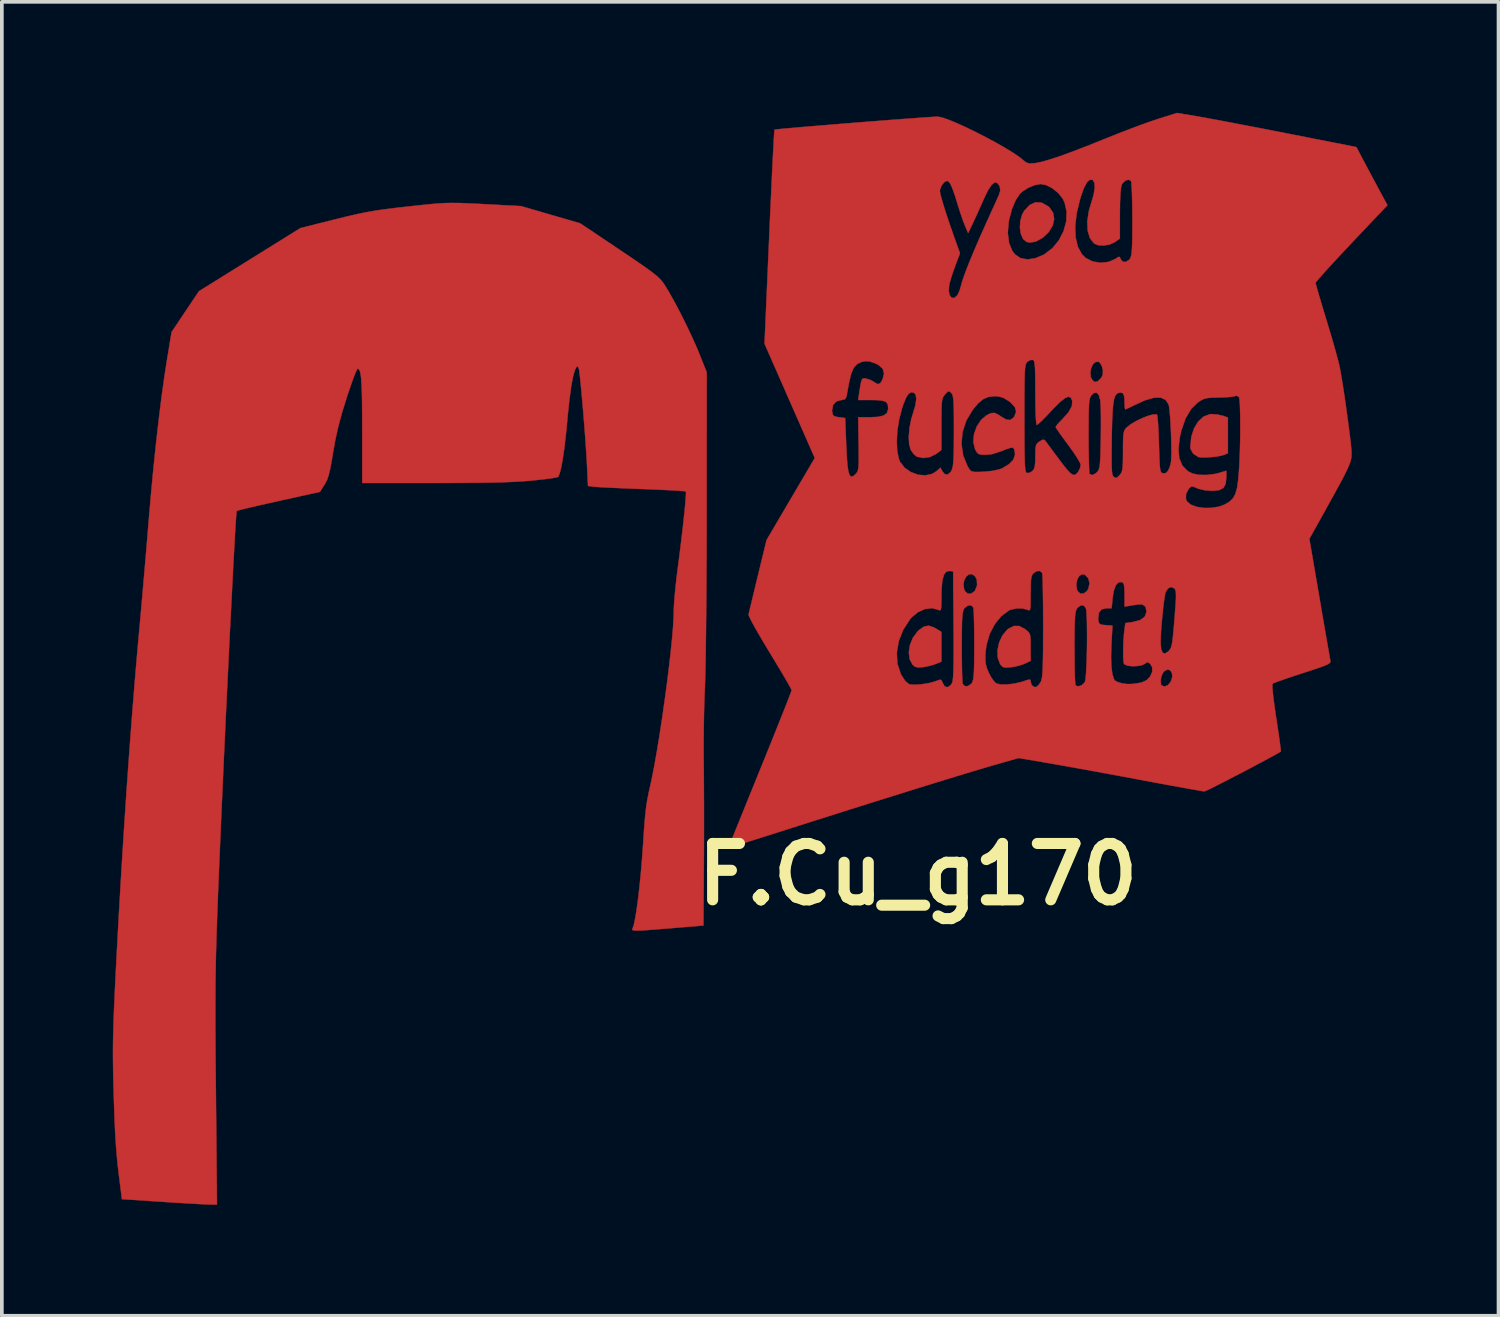
<source format=kicad_pcb>
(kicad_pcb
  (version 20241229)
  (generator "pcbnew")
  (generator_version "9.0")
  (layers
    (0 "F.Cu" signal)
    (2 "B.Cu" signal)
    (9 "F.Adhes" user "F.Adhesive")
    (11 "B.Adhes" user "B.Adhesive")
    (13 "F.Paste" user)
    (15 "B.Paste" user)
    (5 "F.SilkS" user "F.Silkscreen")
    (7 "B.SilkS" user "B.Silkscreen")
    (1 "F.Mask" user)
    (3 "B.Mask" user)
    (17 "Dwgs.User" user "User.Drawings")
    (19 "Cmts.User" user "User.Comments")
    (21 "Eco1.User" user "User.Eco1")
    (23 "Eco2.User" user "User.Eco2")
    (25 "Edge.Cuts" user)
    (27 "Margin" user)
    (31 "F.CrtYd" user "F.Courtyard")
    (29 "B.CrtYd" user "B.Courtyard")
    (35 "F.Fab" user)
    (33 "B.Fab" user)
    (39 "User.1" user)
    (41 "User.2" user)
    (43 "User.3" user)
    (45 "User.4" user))
  (footprint "F.Cu_g170"
    (layer "F.Cu")
    (at 21.773 20.594)
    (property "Reference" "F.Cu_g170" (at 0 0 0) (layer "F.SilkS") (effects (font (size 1.524 1.524) (thickness 0.3))))
    (attr through_hole)
    (fp_poly (pts (xy 0.431 -6.678) (xy 0.492 -6.643) (xy 0.635 -6.555) (xy 0.635 -5.753) (xy 0.482 -5.689) (xy 0.339 -5.643) (xy 0.174 -5.608) (xy 0.133 -5.602) (xy 0.000215 -5.594) (xy -0.083 -5.616) (xy -0.141 -5.665) (xy -0.222 -5.813) (xy -0.246 -5.999) (xy -0.216 -6.201) (xy -0.136 -6.398) (xy -0.01 -6.568) (xy 0.025 -6.602) (xy 0.164 -6.7) (xy 0.291 -6.724) (xy 0.431 -6.678)) (stroke (width 0.01) (type solid)) (fill yes) (layer "F.Cu"))
    (fp_poly (pts (xy 3.347 -18.164) (xy 3.515 -18.069) (xy 3.557 -18.033) (xy 3.657 -17.888) (xy 3.684 -17.719) (xy 3.642 -17.54) (xy 3.534 -17.364) (xy 3.38 -17.219) (xy 3.192 -17.112) (xy 3.024 -17.084) (xy 2.938 -17.103) (xy 2.844 -17.181) (xy 2.784 -17.317) (xy 2.758 -17.487) (xy 2.77 -17.67) (xy 2.819 -17.843) (xy 2.875 -17.945) (xy 3.023 -18.101) (xy 3.181 -18.174) (xy 3.347 -18.164)) (stroke (width 0.01) (type solid)) (fill yes) (layer "F.Cu"))
    (fp_poly (pts (xy 8.097 -12.434) (xy 8.237 -12.403) (xy 8.249 -12.4) (xy 8.382 -12.353) (xy 8.382 -11.386) (xy 8.266 -11.34) (xy 8.154 -11.311) (xy 8 -11.289) (xy 7.835 -11.275) (xy 7.687 -11.273) (xy 7.587 -11.285) (xy 7.578 -11.288) (xy 7.443 -11.378) (xy 7.373 -11.504) (xy 7.366 -11.561) (xy 7.392 -11.824) (xy 7.465 -12.056) (xy 7.578 -12.244) (xy 7.721 -12.376) (xy 7.888 -12.441) (xy 7.947 -12.446) (xy 8.097 -12.434)) (stroke (width 0.01) (type solid)) (fill yes) (layer "F.Cu"))
    (fp_poly (pts (xy 2.738 -6.715) (xy 2.889 -6.636) (xy 2.906 -6.623) (xy 2.974 -6.569) (xy 3.016 -6.517) (xy 3.038 -6.448) (xy 3.046 -6.34) (xy 3.048 -6.171) (xy 3.048 -6.144) (xy 3.048 -5.773) (xy 2.89 -5.698) (xy 2.749 -5.647) (xy 2.579 -5.609) (xy 2.513 -5.6) (xy 2.381 -5.59) (xy 2.304 -5.603) (xy 2.252 -5.646) (xy 2.222 -5.688) (xy 2.159 -5.856) (xy 2.152 -6.057) (xy 2.196 -6.266) (xy 2.285 -6.46) (xy 2.413 -6.614) (xy 2.45 -6.643) (xy 2.598 -6.717) (xy 2.738 -6.715)) (stroke (width 0.01) (type solid)) (fill yes) (layer "F.Cu"))
    (fp_poly (pts (xy -12.392 -18.154) (xy -12.164 -18.145) (xy -11.886 -18.132) (xy -11.726 -18.123) (xy -10.732 -18.07) (xy -9.133 -17.604) (xy -8.069 -16.891) (xy -7.76 -16.683) (xy -7.514 -16.515) (xy -7.321 -16.38) (xy -7.174 -16.271) (xy -7.063 -16.182) (xy -6.981 -16.106) (xy -6.919 -16.037) (xy -6.868 -15.967) (xy -6.858 -15.953) (xy -6.728 -15.739) (xy -6.576 -15.468) (xy -6.414 -15.159) (xy -6.252 -14.834) (xy -6.1 -14.512) (xy -5.968 -14.214) (xy -5.922 -14.103) (xy -5.712 -13.579) (xy -5.713 -9.795) (xy -5.714 -9.202) (xy -5.716 -8.617) (xy -5.719 -8.047) (xy -5.722 -7.501) (xy -5.727 -6.987) (xy -5.732 -6.512) (xy -5.737 -6.086) (xy -5.743 -5.715) (xy -5.75 -5.407) (xy -5.757 -5.172) (xy -5.761 -5.069) (xy -5.774 -4.737) (xy -5.785 -4.349) (xy -5.792 -3.934) (xy -5.795 -3.522) (xy -5.794 -3.141) (xy -5.793 -3.048) (xy -5.79 -2.746) (xy -5.788 -2.377) (xy -5.786 -1.961) (xy -5.786 -1.517) (xy -5.786 -1.063) (xy -5.787 -0.617) (xy -5.789 -0.292) (xy -5.8 1.384) (xy -6.382 1.432) (xy -6.759 1.464) (xy -7.06 1.488) (xy -7.293 1.506) (xy -7.466 1.517) (xy -7.588 1.521) (xy -7.666 1.519) (xy -7.709 1.511) (xy -7.726 1.496) (xy -7.723 1.475) (xy -7.712 1.454) (xy -7.681 1.358) (xy -7.646 1.19) (xy -7.608 0.96) (xy -7.57 0.68) (xy -7.533 0.361) (xy -7.497 0.015) (xy -7.466 -0.348) (xy -7.439 -0.714) (xy -7.43 -0.847) (xy -7.406 -1.222) (xy -7.381 -1.528) (xy -7.354 -1.781) (xy -7.322 -1.996) (xy -7.285 -2.189) (xy -7.263 -2.286) (xy -7.199 -2.575) (xy -7.131 -2.925) (xy -7.06 -3.323) (xy -6.989 -3.757) (xy -6.919 -4.213) (xy -6.852 -4.68) (xy -6.789 -5.145) (xy -6.733 -5.594) (xy -6.685 -6.016) (xy -6.646 -6.399) (xy -6.619 -6.728) (xy -6.605 -6.993) (xy -6.604 -7.083) (xy -6.598 -7.252) (xy -6.582 -7.482) (xy -6.557 -7.75) (xy -6.526 -8.032) (xy -6.501 -8.227) (xy -6.452 -8.604) (xy -6.407 -8.968) (xy -6.366 -9.309) (xy -6.332 -9.618) (xy -6.304 -9.885) (xy -6.285 -10.101) (xy -6.274 -10.257) (xy -6.273 -10.342) (xy -6.276 -10.355) (xy -6.323 -10.362) (xy -6.443 -10.372) (xy -6.625 -10.383) (xy -6.859 -10.395) (xy -7.132 -10.407) (xy -7.433 -10.419) (xy -7.436 -10.419) (xy -7.747 -10.431) (xy -8.04 -10.443) (xy -8.3 -10.455) (xy -8.514 -10.465) (xy -8.668 -10.475) (xy -8.747 -10.481) (xy -8.922 -10.502) (xy -8.951 -11.104) (xy -8.963 -11.316) (xy -8.98 -11.573) (xy -9 -11.861) (xy -9.024 -12.167) (xy -9.049 -12.478) (xy -9.075 -12.779) (xy -9.1 -13.058) (xy -9.123 -13.302) (xy -9.144 -13.495) (xy -9.16 -13.626) (xy -9.168 -13.669) (xy -9.197 -13.732) (xy -9.226 -13.733) (xy -9.279 -13.633) (xy -9.33 -13.449) (xy -9.379 -13.181) (xy -9.426 -12.829) (xy -9.472 -12.394) (xy -9.482 -12.277) (xy -9.521 -11.879) (xy -9.562 -11.528) (xy -9.605 -11.233) (xy -9.648 -10.999) (xy -9.69 -10.835) (xy -9.73 -10.748) (xy -9.732 -10.745) (xy -9.781 -10.732) (xy -9.899 -10.712) (xy -10.072 -10.689) (xy -10.285 -10.665) (xy -10.432 -10.65) (xy -10.642 -10.632) (xy -10.877 -10.617) (xy -11.146 -10.605) (xy -11.458 -10.596) (xy -11.822 -10.59) (xy -12.248 -10.586) (xy -12.744 -10.584) (xy -13.067 -10.583) (xy -15.028 -10.583) (xy -15.028 -12.02) (xy -15.029 -12.448) (xy -15.032 -12.798) (xy -15.038 -13.077) (xy -15.048 -13.293) (xy -15.061 -13.454) (xy -15.078 -13.564) (xy -15.101 -13.633) (xy -15.128 -13.667) (xy -15.153 -13.674) (xy -15.178 -13.635) (xy -15.224 -13.528) (xy -15.286 -13.365) (xy -15.359 -13.157) (xy -15.439 -12.918) (xy -15.451 -12.88) (xy -15.577 -12.474) (xy -15.674 -12.115) (xy -15.751 -11.772) (xy -15.815 -11.415) (xy -15.816 -11.409) (xy -15.861 -11.139) (xy -15.9 -10.937) (xy -15.937 -10.788) (xy -15.976 -10.674) (xy -16.022 -10.581) (xy -16.048 -10.537) (xy -16.171 -10.343) (xy -17.283 -10.098) (xy -17.578 -10.032) (xy -17.846 -9.971) (xy -18.076 -9.918) (xy -18.256 -9.874) (xy -18.375 -9.843) (xy -18.423 -9.827) (xy -18.423 -9.827) (xy -18.429 -9.781) (xy -18.439 -9.657) (xy -18.452 -9.46) (xy -18.468 -9.195) (xy -18.486 -8.87) (xy -18.507 -8.488) (xy -18.53 -8.057) (xy -18.554 -7.582) (xy -18.58 -7.069) (xy -18.608 -6.524) (xy -18.636 -5.952) (xy -18.664 -5.36) (xy -18.694 -4.753) (xy -18.723 -4.136) (xy -18.752 -3.517) (xy -18.78 -2.9) (xy -18.807 -2.292) (xy -18.834 -1.697) (xy -18.859 -1.123) (xy -18.882 -0.574) (xy -18.904 -0.058) (xy -18.923 0.422) (xy -18.926 0.487) (xy -18.944 0.955) (xy -18.959 1.379) (xy -18.972 1.768) (xy -18.982 2.136) (xy -18.989 2.492) (xy -18.995 2.849) (xy -18.998 3.219) (xy -18.999 3.612) (xy -18.999 4.04) (xy -18.997 4.515) (xy -18.993 5.048) (xy -18.987 5.651) (xy -18.985 5.853) (xy -18.956 8.932) (xy -19.204 8.927) (xy -19.317 8.922) (xy -19.499 8.913) (xy -19.734 8.899) (xy -20.008 8.883) (xy -20.306 8.864) (xy -20.489 8.852) (xy -21.526 8.784) (xy -21.619 8.043) (xy -21.654 7.731) (xy -21.683 7.387) (xy -21.708 6.999) (xy -21.728 6.555) (xy -21.745 6.041) (xy -21.75 5.884) (xy -21.758 5.558) (xy -21.764 5.267) (xy -21.767 4.999) (xy -21.768 4.741) (xy -21.765 4.484) (xy -21.759 4.214) (xy -21.75 3.92) (xy -21.737 3.591) (xy -21.72 3.214) (xy -21.699 2.778) (xy -21.673 2.272) (xy -21.668 2.18) (xy -21.608 1.071) (xy -21.543 -0.044) (xy -21.474 -1.152) (xy -21.402 -2.241) (xy -21.327 -3.298) (xy -21.251 -4.31) (xy -21.174 -5.266) (xy -21.098 -6.153) (xy -21.08 -6.344) (xy -21.039 -6.797) (xy -20.996 -7.278) (xy -20.953 -7.771) (xy -20.911 -8.255) (xy -20.872 -8.713) (xy -20.837 -9.124) (xy -20.809 -9.472) (xy -20.807 -9.492) (xy -20.746 -10.214) (xy -20.679 -10.928) (xy -20.607 -11.621) (xy -20.532 -12.281) (xy -20.456 -12.894) (xy -20.38 -13.446) (xy -20.315 -13.862) (xy -20.183 -14.665) (xy -19.813 -15.217) (xy -19.443 -15.769) (xy -18.072 -16.622) (xy -16.701 -17.475) (xy -15.769 -17.71) (xy -15.444 -17.79) (xy -15.165 -17.854) (xy -14.912 -17.906) (xy -14.659 -17.95) (xy -14.386 -17.989) (xy -14.069 -18.028) (xy -13.78 -18.06) (xy -13.45 -18.096) (xy -13.186 -18.123) (xy -12.967 -18.142) (xy -12.774 -18.153) (xy -12.589 -18.156) (xy -12.392 -18.154)) (stroke (width 0.01) (type solid)) (fill yes) (layer "F.Cu"))
    (fp_poly (pts (xy 7.556 -20.497) (xy 7.716 -20.469) (xy 7.947 -20.426) (xy 8.238 -20.372) (xy 8.576 -20.308) (xy 8.949 -20.236) (xy 9.347 -20.16) (xy 9.756 -20.08) (xy 9.981 -20.036) (xy 11.856 -19.667) (xy 12.115 -19.179) (xy 12.231 -18.96) (xy 12.351 -18.736) (xy 12.459 -18.534) (xy 12.535 -18.393) (xy 12.697 -18.096) (xy 11.725 -17.069) (xy 11.493 -16.822) (xy 11.281 -16.594) (xy 11.095 -16.393) (xy 10.943 -16.224) (xy 10.832 -16.097) (xy 10.767 -16.018) (xy 10.753 -15.996) (xy 10.765 -15.944) (xy 10.798 -15.823) (xy 10.85 -15.645) (xy 10.917 -15.421) (xy 10.994 -15.162) (xy 11.053 -14.971) (xy 11.141 -14.677) (xy 11.225 -14.393) (xy 11.298 -14.133) (xy 11.357 -13.914) (xy 11.398 -13.751) (xy 11.41 -13.694) (xy 11.445 -13.497) (xy 11.485 -13.253) (xy 11.528 -12.976) (xy 11.571 -12.681) (xy 11.612 -12.383) (xy 11.65 -12.097) (xy 11.683 -11.838) (xy 11.708 -11.621) (xy 11.723 -11.461) (xy 11.726 -11.388) (xy 11.724 -11.312) (xy 11.715 -11.238) (xy 11.694 -11.156) (xy 11.657 -11.057) (xy 11.601 -10.932) (xy 11.522 -10.773) (xy 11.415 -10.57) (xy 11.275 -10.315) (xy 11.1 -9.998) (xy 11.023 -9.859) (xy 10.585 -9.072) (xy 10.86 -7.468) (xy 10.921 -7.107) (xy 10.98 -6.769) (xy 11.032 -6.466) (xy 11.077 -6.205) (xy 11.114 -5.998) (xy 11.14 -5.853) (xy 11.153 -5.78) (xy 11.154 -5.776) (xy 11.155 -5.743) (xy 11.134 -5.713) (xy 11.082 -5.679) (xy 10.988 -5.638) (xy 10.842 -5.585) (xy 10.634 -5.515) (xy 10.402 -5.44) (xy 10.159 -5.361) (xy 9.944 -5.288) (xy 9.768 -5.227) (xy 9.647 -5.182) (xy 9.592 -5.158) (xy 9.591 -5.158) (xy 9.584 -5.104) (xy 9.591 -4.975) (xy 9.612 -4.778) (xy 9.646 -4.519) (xy 9.689 -4.229) (xy 9.729 -3.965) (xy 9.763 -3.731) (xy 9.79 -3.539) (xy 9.807 -3.401) (xy 9.814 -3.33) (xy 9.813 -3.323) (xy 9.761 -3.29) (xy 9.647 -3.225) (xy 9.483 -3.136) (xy 9.282 -3.028) (xy 9.055 -2.907) (xy 8.814 -2.78) (xy 8.571 -2.654) (xy 8.339 -2.534) (xy 8.13 -2.427) (xy 7.955 -2.339) (xy 7.826 -2.277) (xy 7.756 -2.246) (xy 7.748 -2.244) (xy 7.692 -2.251) (xy 7.562 -2.273) (xy 7.368 -2.307) (xy 7.118 -2.352) (xy 6.822 -2.406) (xy 6.489 -2.467) (xy 6.127 -2.535) (xy 5.987 -2.561) (xy 5.581 -2.637) (xy 5.167 -2.713) (xy 4.761 -2.788) (xy 4.377 -2.858) (xy 4.031 -2.92) (xy 3.738 -2.972) (xy 3.512 -3.011) (xy 3.51 -3.012) (xy 2.723 -3.145) (xy 2.1 -2.968) (xy 1.811 -2.883) (xy 1.447 -2.775) (xy 1.013 -2.643) (xy 0.515 -2.49) (xy -0.041 -2.318) (xy -0.649 -2.128) (xy -1.305 -1.923) (xy -2.003 -1.703) (xy -2.737 -1.47) (xy -2.857 -1.432) (xy -3.344 -1.277) (xy -3.756 -1.146) (xy -4.1 -1.037) (xy -4.381 -0.948) (xy -4.606 -0.877) (xy -4.78 -0.822) (xy -4.91 -0.781) (xy -5.002 -0.752) (xy -5.062 -0.734) (xy -5.096 -0.724) (xy -5.11 -0.72) (xy -5.111 -0.72) (xy -5.105 -0.754) (xy -5.078 -0.831) (xy -5.054 -0.891) (xy -5.002 -1.021) (xy -4.924 -1.215) (xy -4.823 -1.463) (xy -4.704 -1.757) (xy -4.569 -2.091) (xy -4.421 -2.455) (xy -4.264 -2.843) (xy -4.225 -2.937) (xy -4.068 -3.326) (xy -3.92 -3.692) (xy -3.786 -4.027) (xy -3.668 -4.323) (xy -3.568 -4.574) (xy -3.492 -4.771) (xy -3.44 -4.906) (xy -3.416 -4.973) (xy -3.415 -4.979) (xy -3.436 -5.026) (xy -3.496 -5.136) (xy -3.589 -5.297) (xy -3.709 -5.501) (xy -3.851 -5.737) (xy -4.004 -5.99) (xy -4.006 -5.992) (xy -0.572 -5.992) (xy -0.554 -5.693) (xy -0.462 -5.417) (xy -0.445 -5.384) (xy -0.34 -5.226) (xy -0.243 -5.144) (xy -0.222 -5.137) (xy -0.094 -5.126) (xy 0.081 -5.137) (xy 0.269 -5.165) (xy 0.436 -5.207) (xy 0.488 -5.226) (xy 0.584 -5.261) (xy 0.63 -5.256) (xy 0.656 -5.205) (xy 0.66 -5.193) (xy 0.72 -5.086) (xy 0.798 -5.058) (xy 0.881 -5.11) (xy 0.926 -5.177) (xy 0.941 -5.234) (xy 0.952 -5.348) (xy 0.96 -5.523) (xy 0.965 -5.764) (xy 0.967 -6.077) (xy 0.967 -6.154) (xy 1.185 -6.154) (xy 1.186 -5.877) (xy 1.19 -5.626) (xy 1.194 -5.415) (xy 1.201 -5.256) (xy 1.208 -5.163) (xy 1.211 -5.147) (xy 1.269 -5.089) (xy 1.354 -5.091) (xy 1.441 -5.152) (xy 1.458 -5.174) (xy 1.48 -5.218) (xy 1.497 -5.287) (xy 1.509 -5.39) (xy 1.517 -5.539) (xy 1.522 -5.745) (xy 1.522 -5.822) (xy 1.823 -5.822) (xy 1.834 -5.687) (xy 1.867 -5.566) (xy 1.917 -5.448) (xy 1.99 -5.313) (xy 2.069 -5.207) (xy 2.12 -5.163) (xy 2.233 -5.135) (xy 2.401 -5.133) (xy 2.596 -5.156) (xy 2.794 -5.201) (xy 2.868 -5.225) (xy 2.979 -5.261) (xy 3.031 -5.265) (xy 3.047 -5.236) (xy 3.048 -5.214) (xy 3.076 -5.118) (xy 3.144 -5.065) (xy 3.203 -5.067) (xy 3.264 -5.119) (xy 3.325 -5.21) (xy 3.342 -5.258) (xy 3.357 -5.332) (xy 3.367 -5.441) (xy 3.376 -5.593) (xy 3.381 -5.797) (xy 3.385 -6.062) (xy 3.385 -6.115) (xy 4.233 -6.115) (xy 4.235 -5.835) (xy 4.238 -5.584) (xy 4.243 -5.374) (xy 4.25 -5.216) (xy 4.258 -5.125) (xy 4.263 -5.106) (xy 4.339 -5.083) (xy 4.431 -5.115) (xy 4.508 -5.19) (xy 4.517 -5.207) (xy 4.532 -5.278) (xy 4.545 -5.419) (xy 4.556 -5.612) (xy 4.565 -5.843) (xy 4.571 -6.097) (xy 4.574 -6.357) (xy 4.573 -6.607) (xy 4.57 -6.832) (xy 4.567 -6.914) (xy 4.874 -6.914) (xy 4.876 -6.888) (xy 4.891 -6.803) (xy 4.931 -6.761) (xy 5.02 -6.743) (xy 5.075 -6.739) (xy 5.26 -6.726) (xy 5.232 -6.21) (xy 5.223 -5.893) (xy 5.231 -5.627) (xy 5.257 -5.42) (xy 5.299 -5.282) (xy 5.327 -5.239) (xy 5.396 -5.202) (xy 5.508 -5.168) (xy 5.533 -5.163) (xy 5.656 -5.146) (xy 5.781 -5.147) (xy 5.941 -5.168) (xy 6.049 -5.188) (xy 6.139 -5.228) (xy 6.562 -5.228) (xy 6.575 -5.131) (xy 6.59 -5.108) (xy 6.67 -5.078) (xy 6.761 -5.115) (xy 6.839 -5.212) (xy 6.84 -5.213) (xy 6.879 -5.339) (xy 6.869 -5.445) (xy 6.822 -5.517) (xy 6.751 -5.54) (xy 6.669 -5.499) (xy 6.628 -5.452) (xy 6.581 -5.347) (xy 6.562 -5.228) (xy 6.139 -5.228) (xy 6.181 -5.246) (xy 6.279 -5.348) (xy 6.335 -5.473) (xy 6.336 -5.597) (xy 6.285 -5.689) (xy 6.223 -5.737) (xy 6.171 -5.721) (xy 6.141 -5.696) (xy 6.054 -5.654) (xy 5.927 -5.632) (xy 5.787 -5.628) (xy 5.664 -5.644) (xy 5.584 -5.68) (xy 5.571 -5.697) (xy 5.557 -5.781) (xy 5.551 -5.926) (xy 5.551 -6.108) (xy 5.557 -6.279) (xy 6.561 -6.279) (xy 6.575 -6.099) (xy 6.615 -5.994) (xy 6.679 -5.969) (xy 6.766 -6.023) (xy 6.787 -6.046) (xy 6.818 -6.085) (xy 6.843 -6.132) (xy 6.863 -6.2) (xy 6.881 -6.3) (xy 6.898 -6.445) (xy 6.917 -6.647) (xy 6.939 -6.917) (xy 6.947 -7.019) (xy 6.966 -7.271) (xy 6.977 -7.453) (xy 6.978 -7.576) (xy 6.971 -7.656) (xy 6.955 -7.705) (xy 6.936 -7.73) (xy 6.849 -7.771) (xy 6.765 -7.736) (xy 6.699 -7.631) (xy 6.697 -7.628) (xy 6.678 -7.542) (xy 6.655 -7.391) (xy 6.631 -7.195) (xy 6.608 -6.974) (xy 6.587 -6.748) (xy 6.572 -6.536) (xy 6.563 -6.358) (xy 6.561 -6.279) (xy 5.557 -6.279) (xy 5.558 -6.303) (xy 5.571 -6.488) (xy 5.581 -6.582) (xy 5.609 -6.794) (xy 5.814 -6.823) (xy 6.01 -6.875) (xy 6.133 -6.966) (xy 6.18 -7.093) (xy 6.181 -7.11) (xy 6.154 -7.237) (xy 6.072 -7.298) (xy 5.963 -7.3) (xy 5.825 -7.279) (xy 5.715 -7.261) (xy 5.588 -7.241) (xy 5.588 -7.559) (xy 5.584 -7.732) (xy 5.57 -7.837) (xy 5.542 -7.89) (xy 5.523 -7.902) (xy 5.429 -7.9) (xy 5.352 -7.82) (xy 5.296 -7.667) (xy 5.267 -7.488) (xy 5.238 -7.197) (xy 5.097 -7.197) (xy 4.966 -7.165) (xy 4.892 -7.071) (xy 4.874 -6.914) (xy 4.567 -6.914) (xy 4.563 -7.017) (xy 4.553 -7.146) (xy 4.545 -7.186) (xy 4.493 -7.264) (xy 4.412 -7.275) (xy 4.324 -7.218) (xy 4.299 -7.187) (xy 4.278 -7.144) (xy 4.261 -7.077) (xy 4.249 -6.976) (xy 4.241 -6.83) (xy 4.236 -6.628) (xy 4.234 -6.36) (xy 4.233 -6.115) (xy 3.385 -6.115) (xy 3.386 -6.396) (xy 3.387 -6.704) (xy 3.386 -7.039) (xy 3.384 -7.349) (xy 3.38 -7.623) (xy 3.376 -7.847) (xy 4.283 -7.847) (xy 4.296 -7.72) (xy 4.321 -7.657) (xy 4.392 -7.592) (xy 4.483 -7.595) (xy 4.571 -7.661) (xy 4.609 -7.722) (xy 4.642 -7.871) (xy 4.606 -8.009) (xy 4.516 -8.102) (xy 4.433 -8.116) (xy 4.36 -8.065) (xy 4.307 -7.969) (xy 4.283 -7.847) (xy 3.376 -7.847) (xy 3.376 -7.85) (xy 3.371 -8.02) (xy 3.365 -8.122) (xy 3.361 -8.146) (xy 3.303 -8.205) (xy 3.211 -8.198) (xy 3.125 -8.143) (xy 3.091 -8.1) (xy 3.069 -8.037) (xy 3.055 -7.936) (xy 3.049 -7.782) (xy 3.048 -7.591) (xy 3.047 -7.384) (xy 3.044 -7.249) (xy 3.034 -7.172) (xy 3.017 -7.14) (xy 2.99 -7.142) (xy 2.966 -7.153) (xy 2.829 -7.19) (xy 2.66 -7.19) (xy 2.502 -7.154) (xy 2.464 -7.137) (xy 2.254 -6.982) (xy 2.076 -6.763) (xy 1.939 -6.497) (xy 1.853 -6.2) (xy 1.829 -6.005) (xy 1.823 -5.822) (xy 1.522 -5.822) (xy 1.524 -6.019) (xy 1.524 -6.208) (xy 1.523 -6.485) (xy 1.52 -6.735) (xy 1.515 -6.946) (xy 1.509 -7.105) (xy 1.502 -7.198) (xy 1.498 -7.214) (xy 1.441 -7.273) (xy 1.355 -7.27) (xy 1.268 -7.209) (xy 1.251 -7.187) (xy 1.229 -7.143) (xy 1.212 -7.075) (xy 1.2 -6.971) (xy 1.192 -6.822) (xy 1.188 -6.616) (xy 1.186 -6.343) (xy 1.185 -6.154) (xy 0.967 -6.154) (xy 0.966 -6.466) (xy 0.964 -6.731) (xy 0.955 -7.84) (xy 1.231 -7.84) (xy 1.249 -7.712) (xy 1.271 -7.66) (xy 1.347 -7.589) (xy 1.442 -7.59) (xy 1.534 -7.66) (xy 1.543 -7.672) (xy 1.6 -7.814) (xy 1.593 -7.963) (xy 1.55 -8.054) (xy 1.467 -8.118) (xy 1.383 -8.114) (xy 1.308 -8.056) (xy 1.254 -7.959) (xy 1.231 -7.84) (xy 0.955 -7.84) (xy 0.953 -8.191) (xy 0.86 -8.205) (xy 0.77 -8.187) (xy 0.704 -8.103) (xy 0.66 -7.947) (xy 0.639 -7.715) (xy 0.635 -7.536) (xy 0.634 -7.343) (xy 0.63 -7.222) (xy 0.619 -7.158) (xy 0.598 -7.137) (xy 0.565 -7.147) (xy 0.553 -7.153) (xy 0.384 -7.198) (xy 0.194 -7.176) (xy 0.004 -7.091) (xy -0.167 -6.952) (xy -0.213 -6.899) (xy -0.4 -6.609) (xy -0.52 -6.302) (xy -0.572 -5.992) (xy -4.006 -5.992) (xy -4.16 -6.249) (xy -4.3 -6.487) (xy -4.418 -6.693) (xy -4.507 -6.858) (xy -4.563 -6.972) (xy -4.58 -7.022) (xy -4.566 -7.082) (xy -4.536 -7.211) (xy -4.491 -7.397) (xy -4.435 -7.629) (xy -4.372 -7.893) (xy -4.33 -8.065) (xy -4.094 -9.038) (xy -3.442 -10.148) (xy -2.789 -11.258) (xy -3.356 -12.548) (xy -2.322 -12.548) (xy -2.321 -12.524) (xy -2.304 -12.432) (xy -2.26 -12.386) (xy -2.162 -12.364) (xy -2.138 -12.361) (xy -1.968 -12.34) (xy -1.939 -11.607) (xy -1.924 -11.291) (xy -1.905 -11.055) (xy -1.88 -10.89) (xy -1.846 -10.792) (xy -1.803 -10.754) (xy -1.747 -10.769) (xy -1.677 -10.833) (xy -1.67 -10.839) (xy -1.642 -10.878) (xy -1.621 -10.931) (xy -1.608 -11.009) (xy -1.601 -11.128) (xy -1.6 -11.3) (xy -1.602 -11.538) (xy -1.603 -11.644) (xy -1.605 -11.717) (xy -0.573 -11.717) (xy -0.561 -11.456) (xy -0.519 -11.243) (xy -0.483 -11.155) (xy -0.36 -10.995) (xy -0.191 -10.877) (xy 0.003 -10.806) (xy 0.202 -10.789) (xy 0.385 -10.829) (xy 0.494 -10.896) (xy 0.611 -10.997) (xy 0.656 -10.907) (xy 0.729 -10.819) (xy 0.811 -10.813) (xy 0.89 -10.887) (xy 0.908 -10.917) (xy 0.93 -10.974) (xy 0.947 -11.056) (xy 0.959 -11.173) (xy 0.967 -11.337) (xy 0.972 -11.558) (xy 0.972 -11.639) (xy 1.178 -11.639) (xy 1.223 -11.326) (xy 1.343 -11.034) (xy 1.382 -10.97) (xy 1.42 -10.92) (xy 1.468 -10.892) (xy 1.545 -10.881) (xy 1.673 -10.882) (xy 1.793 -10.888) (xy 2.026 -10.912) (xy 2.211 -10.953) (xy 2.286 -10.983) (xy 2.47 -11.096) (xy 2.579 -11.211) (xy 2.623 -11.34) (xy 2.625 -11.375) (xy 2.61 -11.478) (xy 2.573 -11.537) (xy 2.569 -11.539) (xy 2.503 -11.533) (xy 2.389 -11.498) (xy 2.283 -11.453) (xy 2.007 -11.363) (xy 1.836 -11.346) (xy 1.706 -11.349) (xy 1.631 -11.372) (xy 1.582 -11.427) (xy 1.545 -11.499) (xy 1.499 -11.687) (xy 1.516 -11.897) (xy 1.588 -12.104) (xy 1.706 -12.286) (xy 1.845 -12.406) (xy 1.97 -12.47) (xy 2.069 -12.479) (xy 2.176 -12.43) (xy 2.244 -12.383) (xy 2.385 -12.299) (xy 2.492 -12.286) (xy 2.561 -12.332) (xy 2.879 -12.332) (xy 2.879 -11.938) (xy 2.88 -11.62) (xy 2.883 -11.371) (xy 2.888 -11.182) (xy 2.894 -11.044) (xy 2.903 -10.951) (xy 2.915 -10.893) (xy 2.93 -10.862) (xy 2.944 -10.852) (xy 3.021 -10.859) (xy 3.092 -10.902) (xy 3.136 -10.956) (xy 3.161 -11.035) (xy 3.173 -11.159) (xy 3.175 -11.305) (xy 3.177 -11.472) (xy 3.187 -11.576) (xy 3.212 -11.64) (xy 3.257 -11.684) (xy 3.288 -11.706) (xy 3.372 -11.752) (xy 3.421 -11.747) (xy 3.447 -11.72) (xy 3.491 -11.661) (xy 3.571 -11.553) (xy 3.675 -11.412) (xy 3.742 -11.323) (xy 3.905 -11.104) (xy 4.029 -10.949) (xy 4.122 -10.851) (xy 4.191 -10.803) (xy 4.247 -10.801) (xy 4.296 -10.837) (xy 4.337 -10.889) (xy 4.388 -10.994) (xy 4.403 -11.073) (xy 4.378 -11.139) (xy 4.311 -11.256) (xy 4.211 -11.409) (xy 4.088 -11.581) (xy 4.064 -11.613) (xy 3.939 -11.782) (xy 3.886 -11.856) (xy 4.614 -11.856) (xy 4.615 -11.572) (xy 4.619 -11.317) (xy 4.624 -11.103) (xy 4.63 -10.942) (xy 4.637 -10.845) (xy 4.643 -10.823) (xy 4.72 -10.797) (xy 4.816 -10.849) (xy 4.851 -10.884) (xy 4.879 -10.922) (xy 4.9 -10.974) (xy 4.916 -11.053) (xy 4.927 -11.17) (xy 4.929 -11.199) (xy 5.237 -11.199) (xy 5.24 -11.021) (xy 5.246 -10.898) (xy 5.257 -10.818) (xy 5.273 -10.772) (xy 5.292 -10.752) (xy 5.345 -10.72) (xy 5.38 -10.724) (xy 5.432 -10.773) (xy 5.459 -10.803) (xy 5.495 -10.849) (xy 5.52 -10.908) (xy 5.535 -10.995) (xy 5.543 -11.127) (xy 5.545 -11.319) (xy 5.546 -11.44) (xy 5.547 -11.665) (xy 5.551 -11.822) (xy 5.561 -11.927) (xy 5.58 -11.996) (xy 5.61 -12.045) (xy 5.646 -12.084) (xy 5.752 -12.169) (xy 5.896 -12.255) (xy 6.057 -12.333) (xy 6.215 -12.396) (xy 6.35 -12.434) (xy 6.442 -12.44) (xy 6.466 -12.429) (xy 6.476 -12.379) (xy 6.488 -12.258) (xy 6.5 -12.081) (xy 6.51 -11.861) (xy 6.518 -11.629) (xy 6.526 -11.356) (xy 6.534 -11.157) (xy 6.543 -11.019) (xy 6.555 -10.93) (xy 6.571 -10.88) (xy 6.594 -10.856) (xy 6.625 -10.847) (xy 6.637 -10.845) (xy 6.708 -10.853) (xy 6.762 -10.913) (xy 6.801 -10.993) (xy 6.826 -11.067) (xy 6.844 -11.157) (xy 6.853 -11.278) (xy 6.856 -11.443) (xy 6.854 -11.517) (xy 7.045 -11.517) (xy 7.067 -11.255) (xy 7.152 -11.05) (xy 7.298 -10.903) (xy 7.422 -10.84) (xy 7.598 -10.803) (xy 7.816 -10.8) (xy 8.043 -10.829) (xy 8.142 -10.854) (xy 8.34 -10.914) (xy 8.34 -10.737) (xy 8.322 -10.561) (xy 8.262 -10.45) (xy 8.148 -10.39) (xy 7.966 -10.372) (xy 7.952 -10.372) (xy 7.757 -10.386) (xy 7.589 -10.426) (xy 7.546 -10.443) (xy 7.447 -10.486) (xy 7.389 -10.487) (xy 7.339 -10.443) (xy 7.318 -10.417) (xy 7.251 -10.286) (xy 7.247 -10.152) (xy 7.272 -10.088) (xy 7.374 -9.999) (xy 7.535 -9.938) (xy 7.732 -9.908) (xy 7.944 -9.91) (xy 8.15 -9.945) (xy 8.298 -10.001) (xy 8.424 -10.076) (xy 8.517 -10.165) (xy 8.583 -10.283) (xy 8.629 -10.443) (xy 8.661 -10.662) (xy 8.68 -10.889) (xy 8.695 -11.127) (xy 8.705 -11.394) (xy 8.713 -11.675) (xy 8.717 -11.957) (xy 8.717 -12.227) (xy 8.714 -12.47) (xy 8.708 -12.672) (xy 8.698 -12.82) (xy 8.685 -12.901) (xy 8.682 -12.907) (xy 8.617 -12.944) (xy 8.566 -12.931) (xy 8.489 -12.915) (xy 8.353 -12.902) (xy 8.182 -12.895) (xy 8.121 -12.894) (xy 7.937 -12.89) (xy 7.812 -12.877) (xy 7.718 -12.85) (xy 7.629 -12.801) (xy 7.572 -12.762) (xy 7.387 -12.582) (xy 7.236 -12.326) (xy 7.122 -11.998) (xy 7.085 -11.836) (xy 7.045 -11.517) (xy 6.854 -11.517) (xy 6.852 -11.668) (xy 6.846 -11.874) (xy 6.836 -12.122) (xy 6.822 -12.346) (xy 6.806 -12.532) (xy 6.789 -12.662) (xy 6.778 -12.711) (xy 6.695 -12.833) (xy 6.564 -12.893) (xy 6.383 -12.889) (xy 6.149 -12.822) (xy 5.872 -12.697) (xy 5.744 -12.634) (xy 5.648 -12.589) (xy 5.608 -12.573) (xy 5.596 -12.611) (xy 5.589 -12.708) (xy 5.588 -12.782) (xy 5.578 -12.933) (xy 5.542 -13.013) (xy 5.473 -13.03) (xy 5.421 -13.018) (xy 5.372 -12.991) (xy 5.333 -12.936) (xy 5.303 -12.846) (xy 5.281 -12.712) (xy 5.264 -12.524) (xy 5.252 -12.274) (xy 5.244 -11.952) (xy 5.241 -11.757) (xy 5.238 -11.44) (xy 5.237 -11.199) (xy 4.929 -11.199) (xy 4.935 -11.337) (xy 4.941 -11.567) (xy 4.946 -11.804) (xy 4.949 -12.074) (xy 4.949 -12.327) (xy 4.946 -12.547) (xy 4.94 -12.715) (xy 4.932 -12.817) (xy 4.932 -12.818) (xy 4.893 -12.96) (xy 4.831 -13.027) (xy 4.754 -13.014) (xy 4.692 -12.956) (xy 4.668 -12.919) (xy 4.649 -12.87) (xy 4.635 -12.797) (xy 4.625 -12.69) (xy 4.619 -12.538) (xy 4.616 -12.33) (xy 4.614 -12.054) (xy 4.614 -11.856) (xy 3.886 -11.856) (xy 3.834 -11.927) (xy 3.76 -12.035) (xy 3.726 -12.093) (xy 3.725 -12.098) (xy 3.753 -12.144) (xy 3.826 -12.227) (xy 3.898 -12.3) (xy 4.071 -12.493) (xy 4.163 -12.662) (xy 4.174 -12.805) (xy 4.172 -12.81) (xy 4.134 -12.892) (xy 4.071 -12.916) (xy 3.978 -12.879) (xy 3.85 -12.778) (xy 3.681 -12.611) (xy 3.605 -12.531) (xy 3.467 -12.384) (xy 3.348 -12.264) (xy 3.26 -12.182) (xy 3.215 -12.15) (xy 3.214 -12.15) (xy 3.202 -12.19) (xy 3.191 -12.306) (xy 3.182 -12.486) (xy 3.177 -12.722) (xy 3.175 -13.003) (xy 3.175 -13.019) (xy 3.174 -13.316) (xy 3.171 -13.54) (xy 3.171 -13.56) (xy 4.661 -13.56) (xy 4.676 -13.441) (xy 4.725 -13.357) (xy 4.787 -13.313) (xy 4.851 -13.329) (xy 4.883 -13.348) (xy 4.964 -13.435) (xy 4.998 -13.509) (xy 5.003 -13.632) (xy 4.971 -13.755) (xy 4.914 -13.842) (xy 4.886 -13.86) (xy 4.801 -13.856) (xy 4.73 -13.789) (xy 4.681 -13.683) (xy 4.661 -13.56) (xy 3.171 -13.56) (xy 3.166 -13.7) (xy 3.156 -13.807) (xy 3.143 -13.871) (xy 3.124 -13.904) (xy 3.11 -13.913) (xy 3.032 -13.906) (xy 2.962 -13.863) (xy 2.939 -13.839) (xy 2.922 -13.807) (xy 2.908 -13.758) (xy 2.897 -13.683) (xy 2.889 -13.573) (xy 2.884 -13.42) (xy 2.881 -13.214) (xy 2.879 -12.948) (xy 2.879 -12.611) (xy 2.879 -12.332) (xy 2.561 -12.332) (xy 2.579 -12.344) (xy 2.607 -12.382) (xy 2.655 -12.508) (xy 2.625 -12.629) (xy 2.515 -12.753) (xy 2.445 -12.806) (xy 2.301 -12.891) (xy 2.163 -12.926) (xy 2.063 -12.93) (xy 1.901 -12.91) (xy 1.763 -12.849) (xy 1.627 -12.735) (xy 1.479 -12.558) (xy 1.307 -12.269) (xy 1.206 -11.958) (xy 1.178 -11.639) (xy 0.972 -11.639) (xy 0.973 -11.849) (xy 0.974 -11.996) (xy 0.973 -12.309) (xy 0.971 -12.547) (xy 0.966 -12.723) (xy 0.957 -12.847) (xy 0.945 -12.93) (xy 0.928 -12.983) (xy 0.905 -13.016) (xy 0.902 -13.02) (xy 0.849 -13.062) (xy 0.804 -13.053) (xy 0.738 -12.984) (xy 0.733 -12.978) (xy 0.696 -12.932) (xy 0.67 -12.881) (xy 0.653 -12.812) (xy 0.643 -12.711) (xy 0.637 -12.562) (xy 0.635 -12.353) (xy 0.635 -12.171) (xy 0.635 -11.477) (xy 0.493 -11.369) (xy 0.329 -11.286) (xy 0.146 -11.259) (xy -0.021 -11.293) (xy -0.045 -11.304) (xy -0.12 -11.371) (xy -0.191 -11.474) (xy -0.195 -11.481) (xy -0.237 -11.628) (xy -0.248 -11.83) (xy -0.229 -12.063) (xy -0.182 -12.304) (xy -0.133 -12.466) (xy -0.068 -12.686) (xy -0.044 -12.859) (xy -0.063 -12.977) (xy -0.112 -13.026) (xy -0.188 -13.035) (xy -0.255 -12.992) (xy -0.321 -12.889) (xy -0.391 -12.717) (xy -0.433 -12.592) (xy -0.508 -12.305) (xy -0.555 -12.007) (xy -0.573 -11.717) (xy -1.605 -11.717) (xy -1.615 -12.361) (xy -1.287 -12.361) (xy -1.069 -12.372) (xy -0.924 -12.408) (xy -0.839 -12.474) (xy -0.806 -12.576) (xy -0.804 -12.613) (xy -0.816 -12.709) (xy -0.86 -12.772) (xy -0.951 -12.808) (xy -1.102 -12.824) (xy -1.261 -12.827) (xy -1.616 -12.827) (xy -1.589 -13.007) (xy -1.559 -13.198) (xy -1.536 -13.32) (xy -1.511 -13.386) (xy -1.477 -13.412) (xy -1.427 -13.41) (xy -1.385 -13.402) (xy -1.268 -13.363) (xy -1.185 -13.313) (xy -1.093 -13.257) (xy -1.02 -13.278) (xy -0.957 -13.382) (xy -0.956 -13.384) (xy -0.916 -13.545) (xy -0.952 -13.673) (xy -1.067 -13.775) (xy -1.156 -13.819) (xy -1.305 -13.869) (xy -1.427 -13.877) (xy -1.511 -13.861) (xy -1.637 -13.805) (xy -1.733 -13.702) (xy -1.805 -13.54) (xy -1.861 -13.306) (xy -1.864 -13.293) (xy -1.893 -13.134) (xy -1.918 -12.998) (xy -1.931 -12.922) (xy -1.968 -12.85) (xy -2.057 -12.827) (xy -2.069 -12.827) (xy -2.205 -12.791) (xy -2.294 -12.693) (xy -2.322 -12.548) (xy -3.356 -12.548) (xy -3.469 -12.804) (xy -4.148 -14.35) (xy -4.022 -17.236) (xy -4.001 -17.722) (xy -3.98 -18.183) (xy -3.966 -18.476) (xy 0.593 -18.476) (xy 0.607 -18.394) (xy 0.647 -18.244) (xy 0.708 -18.039) (xy 0.788 -17.79) (xy 0.883 -17.51) (xy 0.988 -17.21) (xy 1.009 -17.15) (xy 1.137 -16.796) (xy 1.008 -16.452) (xy 0.943 -16.271) (xy 0.887 -16.097) (xy 0.851 -15.964) (xy 0.846 -15.941) (xy 0.833 -15.784) (xy 0.857 -15.665) (xy 0.908 -15.595) (xy 0.977 -15.584) (xy 1.053 -15.644) (xy 1.074 -15.674) (xy 1.125 -15.783) (xy 1.165 -15.915) (xy 1.165 -15.917) (xy 1.204 -16.057) (xy 1.277 -16.263) (xy 1.378 -16.525) (xy 1.505 -16.833) (xy 1.653 -17.178) (xy 1.729 -17.349) (xy 2.43 -17.349) (xy 2.462 -17.084) (xy 2.548 -16.866) (xy 2.623 -16.766) (xy 2.773 -16.664) (xy 2.962 -16.629) (xy 3.178 -16.661) (xy 3.407 -16.759) (xy 3.411 -16.761) (xy 3.634 -16.93) (xy 3.812 -17.146) (xy 3.939 -17.394) (xy 3.976 -17.529) (xy 4.253 -17.529) (xy 4.264 -17.225) (xy 4.326 -16.968) (xy 4.436 -16.767) (xy 4.538 -16.667) (xy 4.726 -16.573) (xy 4.943 -16.538) (xy 5.159 -16.562) (xy 5.342 -16.644) (xy 5.42 -16.695) (xy 5.457 -16.695) (xy 5.48 -16.644) (xy 5.482 -16.638) (xy 5.538 -16.567) (xy 5.622 -16.561) (xy 5.711 -16.618) (xy 5.734 -16.646) (xy 5.755 -16.69) (xy 5.772 -16.757) (xy 5.784 -16.858) (xy 5.792 -17.003) (xy 5.797 -17.205) (xy 5.799 -17.473) (xy 5.799 -17.715) (xy 5.797 -17.997) (xy 5.793 -18.251) (xy 5.786 -18.466) (xy 5.778 -18.629) (xy 5.768 -18.726) (xy 5.762 -18.748) (xy 5.698 -18.786) (xy 5.614 -18.763) (xy 5.535 -18.69) (xy 5.51 -18.645) (xy 5.49 -18.555) (xy 5.474 -18.39) (xy 5.465 -18.161) (xy 5.461 -17.876) (xy 5.461 -17.866) (xy 5.461 -17.193) (xy 5.328 -17.098) (xy 5.19 -17.034) (xy 5.028 -17.005) (xy 4.874 -17.013) (xy 4.762 -17.061) (xy 4.651 -17.206) (xy 4.59 -17.408) (xy 4.58 -17.656) (xy 4.622 -17.938) (xy 4.694 -18.181) (xy 4.755 -18.39) (xy 4.781 -18.568) (xy 4.773 -18.702) (xy 4.728 -18.776) (xy 4.717 -18.782) (xy 4.641 -18.779) (xy 4.567 -18.709) (xy 4.492 -18.566) (xy 4.411 -18.345) (xy 4.382 -18.249) (xy 4.292 -17.874) (xy 4.253 -17.529) (xy 3.976 -17.529) (xy 4.011 -17.657) (xy 4.022 -17.919) (xy 3.967 -18.165) (xy 3.915 -18.273) (xy 3.793 -18.425) (xy 3.634 -18.554) (xy 3.462 -18.641) (xy 3.319 -18.668) (xy 3.16 -18.639) (xy 2.982 -18.565) (xy 2.824 -18.464) (xy 2.764 -18.409) (xy 2.645 -18.235) (xy 2.544 -17.997) (xy 2.468 -17.716) (xy 2.455 -17.646) (xy 2.43 -17.349) (xy 1.729 -17.349) (xy 1.819 -17.549) (xy 1.827 -17.568) (xy 1.931 -17.797) (xy 2.027 -18.009) (xy 2.108 -18.187) (xy 2.166 -18.316) (xy 2.189 -18.367) (xy 2.228 -18.491) (xy 2.215 -18.59) (xy 2.207 -18.611) (xy 2.145 -18.699) (xy 2.075 -18.711) (xy 1.993 -18.646) (xy 1.897 -18.501) (xy 1.787 -18.276) (xy 1.764 -18.224) (xy 1.676 -18.024) (xy 1.58 -17.811) (xy 1.495 -17.629) (xy 1.488 -17.614) (xy 1.358 -17.342) (xy 1.273 -17.541) (xy 1.22 -17.676) (xy 1.157 -17.859) (xy 1.094 -18.056) (xy 1.077 -18.109) (xy 0.997 -18.368) (xy 0.931 -18.553) (xy 0.876 -18.674) (xy 0.827 -18.737) (xy 0.786 -18.754) (xy 0.711 -18.717) (xy 0.641 -18.629) (xy 0.598 -18.521) (xy 0.593 -18.476) (xy -3.966 -18.476) (xy -3.96 -18.611) (xy -3.942 -19.001) (xy -3.925 -19.345) (xy -3.91 -19.635) (xy -3.898 -19.866) (xy -3.888 -20.031) (xy -3.882 -20.121) (xy -3.88 -20.137) (xy -3.836 -20.144) (xy -3.717 -20.156) (xy -3.532 -20.173) (xy -3.292 -20.194) (xy -3.006 -20.219) (xy -2.684 -20.245) (xy -2.335 -20.274) (xy -1.968 -20.304) (xy -1.593 -20.334) (xy -1.221 -20.363) (xy -0.86 -20.391) (xy -0.52 -20.417) (xy -0.211 -20.44) (xy 0.059 -20.46) (xy 0.278 -20.475) (xy 0.438 -20.485) (xy 0.529 -20.489) (xy 0.536 -20.489) (xy 0.648 -20.468) (xy 0.819 -20.41) (xy 1.036 -20.321) (xy 1.286 -20.208) (xy 1.556 -20.077) (xy 1.833 -19.935) (xy 2.104 -19.79) (xy 2.355 -19.647) (xy 2.573 -19.513) (xy 2.746 -19.395) (xy 2.845 -19.315) (xy 2.928 -19.249) (xy 3.013 -19.223) (xy 3.137 -19.229) (xy 3.163 -19.231) (xy 3.323 -19.262) (xy 3.539 -19.322) (xy 3.815 -19.412) (xy 4.155 -19.535) (xy 4.563 -19.692) (xy 5.043 -19.884) (xy 5.101 -19.907) (xy 5.396 -20.025) (xy 5.702 -20.143) (xy 5.996 -20.254) (xy 6.258 -20.348) (xy 6.468 -20.419) (xy 6.498 -20.429) (xy 7.006 -20.589) (xy 7.556 -20.497)) (stroke (width 0.01) (type solid)) (fill yes) (layer "F.Cu")))
  (gr_rect
    (start -3 -3)
    (end 37.474 32.532)
    (stroke (width 0.1) (type default))
    (fill no)
    (layer "Edge.Cuts")))
</source>
